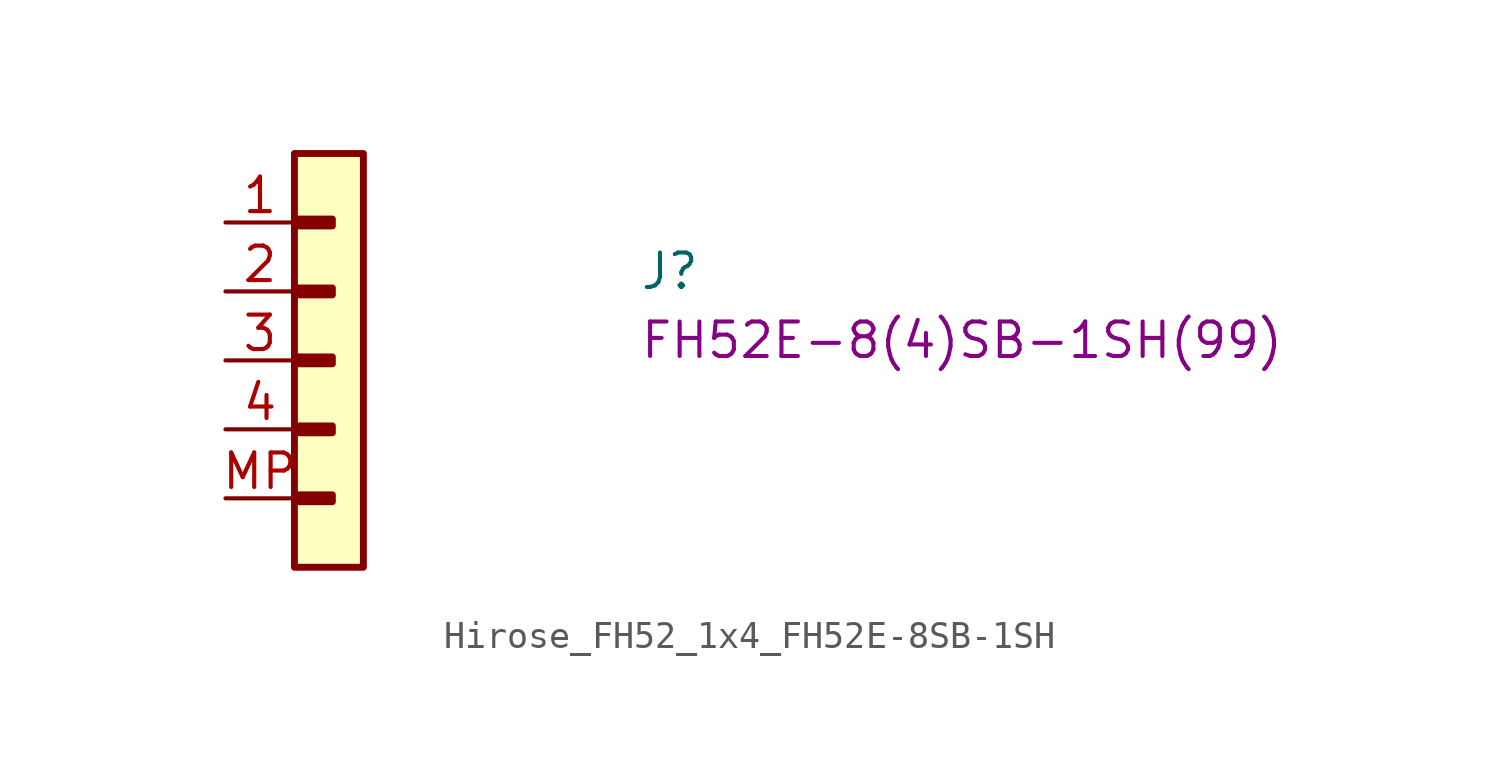
<source format=kicad_sym>
(kicad_symbol_lib
  (version 20220914)
  (generator kicad_symbol_editor)
  (symbol "Hirose_FH52_1x4_FH52E-8SB-1SH"
    (property "Reference" "J"
      (at 15.24 -2.54 0)
      (effects (font (size 1.27 1.27) (thickness 0.15)) (justify left bottom)))
    (property "MPN" "FH52E-8(4)SB-1SH(99)"
      (at 15.24 -5.08 0)
      (effects (font (size 1.27 1.27) (thickness 0.15)) (justify left bottom)))
    (symbol "Hirose_FH52_1x4_FH52E-8SB-1SH_1_1"
      (rectangle (start 2.54 2.54) (end 5.08 -12.7) (stroke (width 0.254) (type default)) (fill (type background)))
      (rectangle (start 2.667 -10.033) (end 3.937 -10.287) (stroke (width 0.254) (type default)) (fill (type background)))
      (rectangle (start 2.667 -7.493) (end 3.937 -7.747) (stroke (width 0.254) (type default)) (fill (type background)))
      (rectangle (start 2.667 -4.953) (end 3.937 -5.207) (stroke (width 0.254) (type default)) (fill (type background)))
      (rectangle (start 2.667 -2.413) (end 3.937 -2.667) (stroke (width 0.254) (type default)) (fill (type background)))
      (rectangle (start 2.667 0.127) (end 3.937 -0.127) (stroke (width 0.254) (type default)) (fill (type background)))
      (pin passive line (at 0 0 0) (length 2.54) (name "~" (effects (font (size 1.27 1.27)))) (number "1" (effects (font (size 1.27 1.27)))))
      (pin passive line (at 0 -2.54 0) (length 2.54) (name "~" (effects (font (size 1.27 1.27)))) (number "2" (effects (font (size 1.27 1.27)))))
      (pin passive line (at 0 -5.08 0) (length 2.54) (name "~" (effects (font (size 1.27 1.27)))) (number "3" (effects (font (size 1.27 1.27)))))
      (pin passive line (at 0 -7.62 0) (length 2.54) (name "~" (effects (font (size 1.27 1.27)))) (number "4" (effects (font (size 1.27 1.27)))))
      (pin passive line (at 0 -10.16 0) (length 2.54) (name "~" (effects (font (size 1.27 1.27)))) (number "MP" (effects (font (size 1.27 1.27))))))))
</source>
